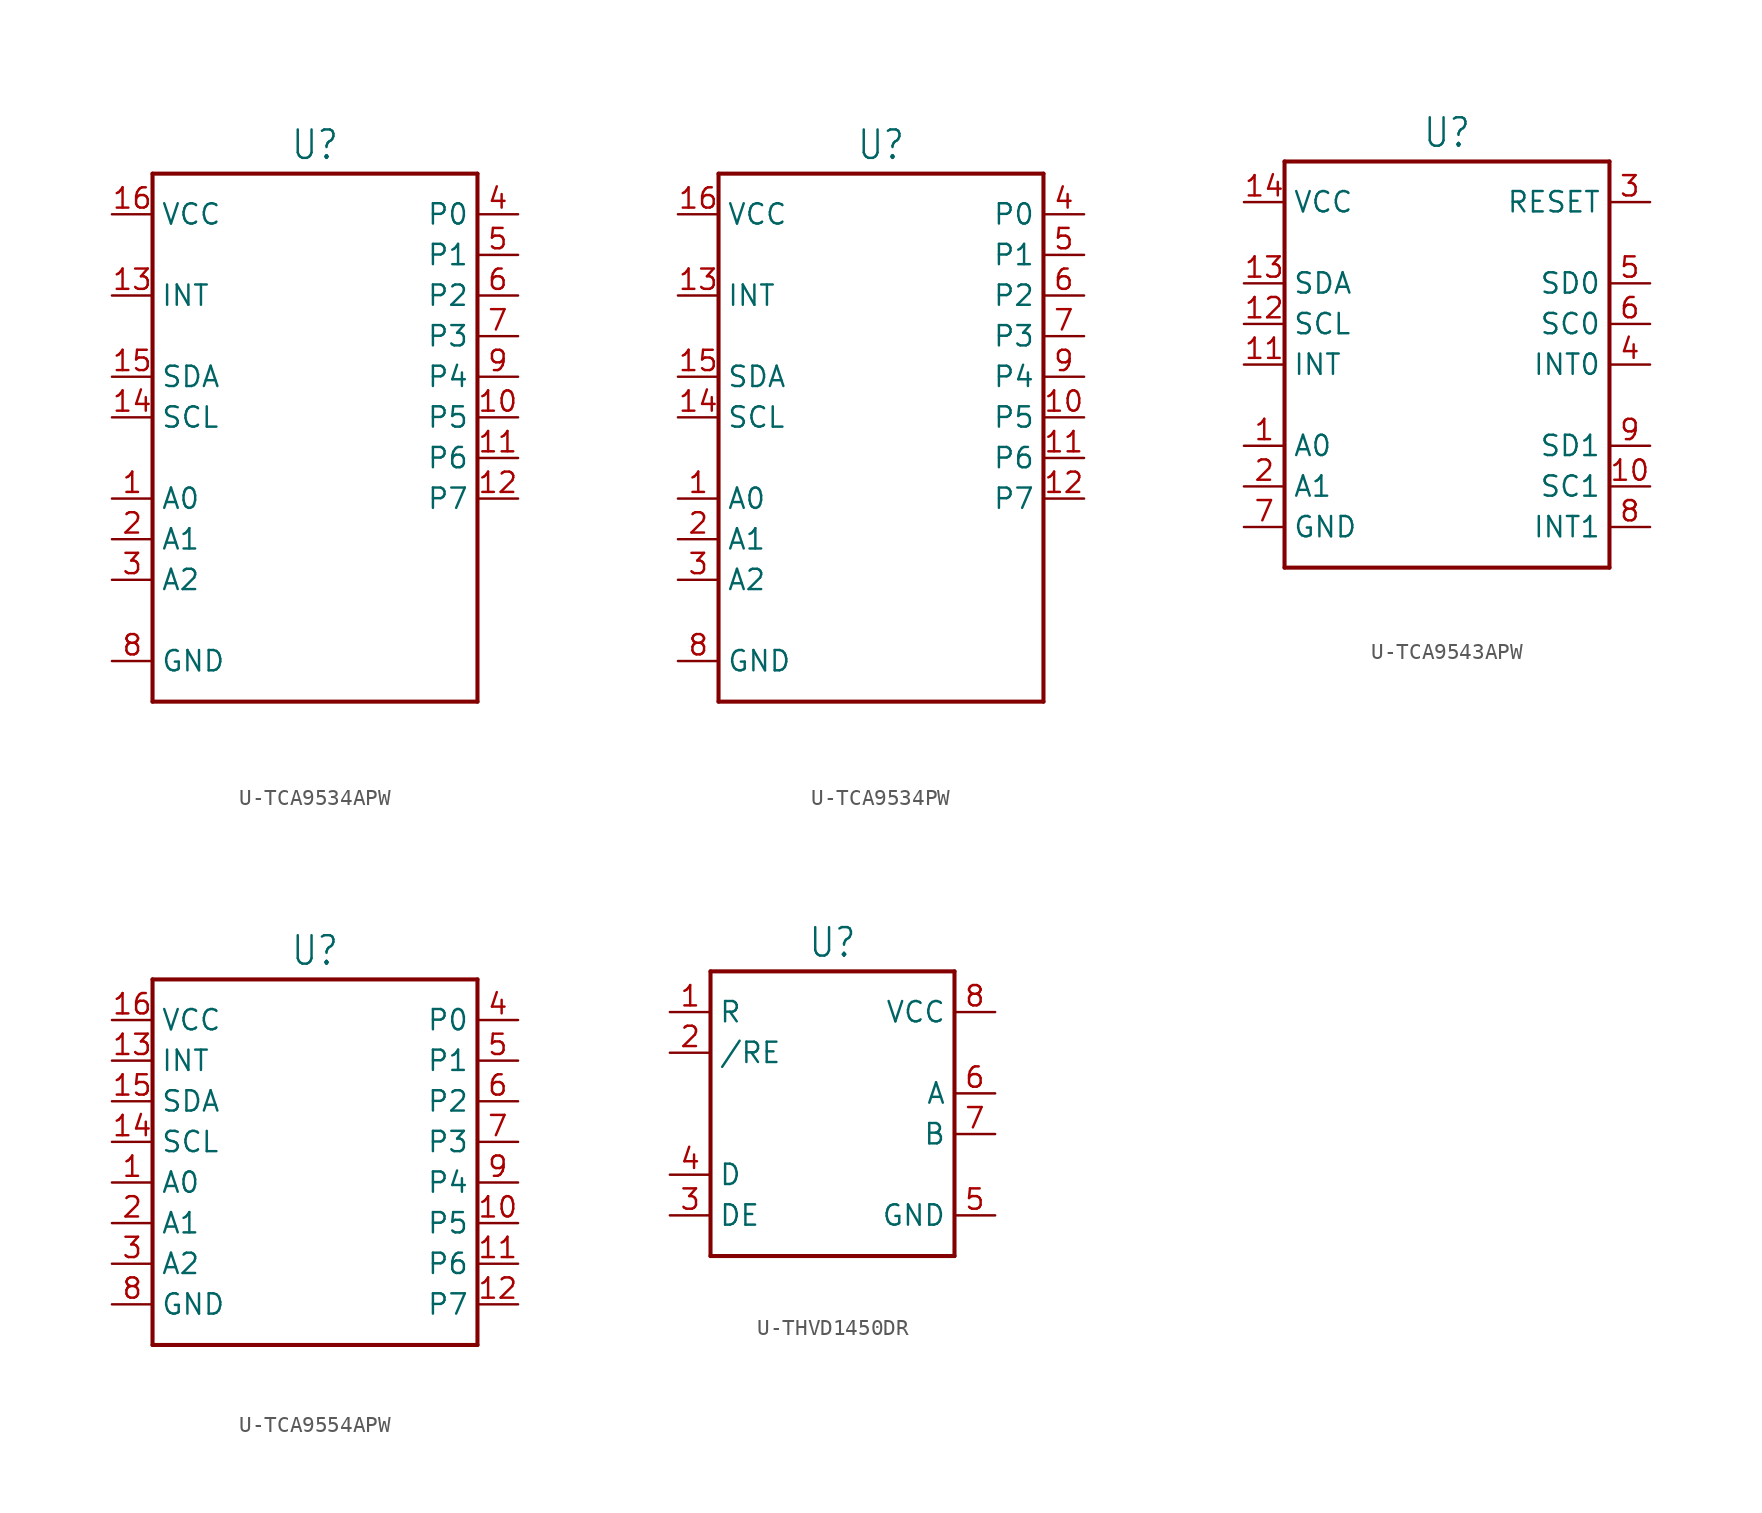
<source format=kicad_sym>
(kicad_symbol_lib
  (version 20231120)
  (generator "kicad_symbol_editor")
  (generator_version "8.0")
  (symbol "U-TCA9534APW"
    (property "Reference" "U"
      (at 0 16.002 0)
      (effects (font (size 1.778 1.511)) (justify bottom)))
    (property "Value" ""
      (at 0 -18.542 0)
      (effects (font (size 1.778 1.511)) (justify top)))
    (property "ki_locked" ""
      (at 0 0 0)
      (effects (font (size 1.27 1.27))))
    (symbol "U-TCA9534APW_1_0"
      (polyline (pts (xy -10.16 -17.78) (xy -10.16 15.24)) (stroke (width 0.254) (type solid)) (fill (type none)))
      (polyline (pts (xy -10.16 15.24) (xy 10.16 15.24)) (stroke (width 0.254) (type solid)) (fill (type none)))
      (polyline (pts (xy 10.16 -17.78) (xy -10.16 -17.78)) (stroke (width 0.254) (type solid)) (fill (type none)))
      (polyline (pts (xy 10.16 15.24) (xy 10.16 -17.78)) (stroke (width 0.254) (type solid)) (fill (type none)))
      (pin passive line (at -12.7 -5.08 0) (length 2.54) (name "A0" (effects (font (size 1.27 1.27)))) (number "1" (effects (font (size 1.27 1.27)))))
      (pin passive line (at 12.7 0 180) (length 2.54) (name "P5" (effects (font (size 1.27 1.27)))) (number "10" (effects (font (size 1.27 1.27)))))
      (pin passive line (at 12.7 -2.54 180) (length 2.54) (name "P6" (effects (font (size 1.27 1.27)))) (number "11" (effects (font (size 1.27 1.27)))))
      (pin passive line (at 12.7 -5.08 180) (length 2.54) (name "P7" (effects (font (size 1.27 1.27)))) (number "12" (effects (font (size 1.27 1.27)))))
      (pin passive line (at -12.7 7.62 0) (length 2.54) (name "INT" (effects (font (size 1.27 1.27)))) (number "13" (effects (font (size 1.27 1.27)))))
      (pin passive line (at -12.7 0 0) (length 2.54) (name "SCL" (effects (font (size 1.27 1.27)))) (number "14" (effects (font (size 1.27 1.27)))))
      (pin passive line (at -12.7 2.54 0) (length 2.54) (name "SDA" (effects (font (size 1.27 1.27)))) (number "15" (effects (font (size 1.27 1.27)))))
      (pin passive line (at -12.7 12.7 0) (length 2.54) (name "VCC" (effects (font (size 1.27 1.27)))) (number "16" (effects (font (size 1.27 1.27)))))
      (pin passive line (at -12.7 -7.62 0) (length 2.54) (name "A1" (effects (font (size 1.27 1.27)))) (number "2" (effects (font (size 1.27 1.27)))))
      (pin passive line (at -12.7 -10.16 0) (length 2.54) (name "A2" (effects (font (size 1.27 1.27)))) (number "3" (effects (font (size 1.27 1.27)))))
      (pin passive line (at 12.7 12.7 180) (length 2.54) (name "P0" (effects (font (size 1.27 1.27)))) (number "4" (effects (font (size 1.27 1.27)))))
      (pin passive line (at 12.7 10.16 180) (length 2.54) (name "P1" (effects (font (size 1.27 1.27)))) (number "5" (effects (font (size 1.27 1.27)))))
      (pin passive line (at 12.7 7.62 180) (length 2.54) (name "P2" (effects (font (size 1.27 1.27)))) (number "6" (effects (font (size 1.27 1.27)))))
      (pin passive line (at 12.7 5.08 180) (length 2.54) (name "P3" (effects (font (size 1.27 1.27)))) (number "7" (effects (font (size 1.27 1.27)))))
      (pin passive line (at -12.7 -15.24 0) (length 2.54) (name "GND" (effects (font (size 1.27 1.27)))) (number "8" (effects (font (size 1.27 1.27)))))
      (pin passive line (at 12.7 2.54 180) (length 2.54) (name "P4" (effects (font (size 1.27 1.27)))) (number "9" (effects (font (size 1.27 1.27)))))))
  (symbol "U-TCA9534PW"
    (property "Reference" "U"
      (at 0 16.002 0)
      (effects (font (size 1.778 1.511)) (justify bottom)))
    (property "Value" ""
      (at 0 -18.542 0)
      (effects (font (size 1.778 1.511)) (justify top)))
    (property "ki_locked" ""
      (at 0 0 0)
      (effects (font (size 1.27 1.27))))
    (symbol "U-TCA9534PW_1_0"
      (polyline (pts (xy -10.16 -17.78) (xy -10.16 15.24)) (stroke (width 0.254) (type solid)) (fill (type none)))
      (polyline (pts (xy -10.16 15.24) (xy 10.16 15.24)) (stroke (width 0.254) (type solid)) (fill (type none)))
      (polyline (pts (xy 10.16 -17.78) (xy -10.16 -17.78)) (stroke (width 0.254) (type solid)) (fill (type none)))
      (polyline (pts (xy 10.16 15.24) (xy 10.16 -17.78)) (stroke (width 0.254) (type solid)) (fill (type none)))
      (pin passive line (at -12.7 -5.08 0) (length 2.54) (name "A0" (effects (font (size 1.27 1.27)))) (number "1" (effects (font (size 1.27 1.27)))))
      (pin passive line (at 12.7 0 180) (length 2.54) (name "P5" (effects (font (size 1.27 1.27)))) (number "10" (effects (font (size 1.27 1.27)))))
      (pin passive line (at 12.7 -2.54 180) (length 2.54) (name "P6" (effects (font (size 1.27 1.27)))) (number "11" (effects (font (size 1.27 1.27)))))
      (pin passive line (at 12.7 -5.08 180) (length 2.54) (name "P7" (effects (font (size 1.27 1.27)))) (number "12" (effects (font (size 1.27 1.27)))))
      (pin passive line (at -12.7 7.62 0) (length 2.54) (name "INT" (effects (font (size 1.27 1.27)))) (number "13" (effects (font (size 1.27 1.27)))))
      (pin passive line (at -12.7 0 0) (length 2.54) (name "SCL" (effects (font (size 1.27 1.27)))) (number "14" (effects (font (size 1.27 1.27)))))
      (pin passive line (at -12.7 2.54 0) (length 2.54) (name "SDA" (effects (font (size 1.27 1.27)))) (number "15" (effects (font (size 1.27 1.27)))))
      (pin passive line (at -12.7 12.7 0) (length 2.54) (name "VCC" (effects (font (size 1.27 1.27)))) (number "16" (effects (font (size 1.27 1.27)))))
      (pin passive line (at -12.7 -7.62 0) (length 2.54) (name "A1" (effects (font (size 1.27 1.27)))) (number "2" (effects (font (size 1.27 1.27)))))
      (pin passive line (at -12.7 -10.16 0) (length 2.54) (name "A2" (effects (font (size 1.27 1.27)))) (number "3" (effects (font (size 1.27 1.27)))))
      (pin passive line (at 12.7 12.7 180) (length 2.54) (name "P0" (effects (font (size 1.27 1.27)))) (number "4" (effects (font (size 1.27 1.27)))))
      (pin passive line (at 12.7 10.16 180) (length 2.54) (name "P1" (effects (font (size 1.27 1.27)))) (number "5" (effects (font (size 1.27 1.27)))))
      (pin passive line (at 12.7 7.62 180) (length 2.54) (name "P2" (effects (font (size 1.27 1.27)))) (number "6" (effects (font (size 1.27 1.27)))))
      (pin passive line (at 12.7 5.08 180) (length 2.54) (name "P3" (effects (font (size 1.27 1.27)))) (number "7" (effects (font (size 1.27 1.27)))))
      (pin passive line (at -12.7 -15.24 0) (length 2.54) (name "GND" (effects (font (size 1.27 1.27)))) (number "8" (effects (font (size 1.27 1.27)))))
      (pin passive line (at 12.7 2.54 180) (length 2.54) (name "P4" (effects (font (size 1.27 1.27)))) (number "9" (effects (font (size 1.27 1.27)))))))
  (symbol "U-TCA9543APW"
    (property "Reference" "U"
      (at 0 13.462 0)
      (effects (font (size 1.778 1.511)) (justify bottom)))
    (property "Value" ""
      (at 0 -13.462 0)
      (effects (font (size 1.778 1.511)) (justify top)))
    (property "ki_locked" ""
      (at 0 0 0)
      (effects (font (size 1.27 1.27))))
    (symbol "U-TCA9543APW_1_0"
      (polyline (pts (xy -10.16 -12.7) (xy -10.16 12.7)) (stroke (width 0.254) (type solid)) (fill (type none)))
      (polyline (pts (xy -10.16 12.7) (xy 10.16 12.7)) (stroke (width 0.254) (type solid)) (fill (type none)))
      (polyline (pts (xy 10.16 -12.7) (xy -10.16 -12.7)) (stroke (width 0.254) (type solid)) (fill (type none)))
      (polyline (pts (xy 10.16 12.7) (xy 10.16 -12.7)) (stroke (width 0.254) (type solid)) (fill (type none)))
      (pin passive line (at -12.7 -5.08 0) (length 2.54) (name "A0" (effects (font (size 1.27 1.27)))) (number "1" (effects (font (size 1.27 1.27)))))
      (pin passive line (at 12.7 -7.62 180) (length 2.54) (name "SC1" (effects (font (size 1.27 1.27)))) (number "10" (effects (font (size 1.27 1.27)))))
      (pin passive line (at -12.7 0 0) (length 2.54) (name "INT" (effects (font (size 1.27 1.27)))) (number "11" (effects (font (size 1.27 1.27)))))
      (pin passive line (at -12.7 2.54 0) (length 2.54) (name "SCL" (effects (font (size 1.27 1.27)))) (number "12" (effects (font (size 1.27 1.27)))))
      (pin passive line (at -12.7 5.08 0) (length 2.54) (name "SDA" (effects (font (size 1.27 1.27)))) (number "13" (effects (font (size 1.27 1.27)))))
      (pin passive line (at -12.7 10.16 0) (length 2.54) (name "VCC" (effects (font (size 1.27 1.27)))) (number "14" (effects (font (size 1.27 1.27)))))
      (pin passive line (at -12.7 -7.62 0) (length 2.54) (name "A1" (effects (font (size 1.27 1.27)))) (number "2" (effects (font (size 1.27 1.27)))))
      (pin passive line (at 12.7 10.16 180) (length 2.54) (name "RESET" (effects (font (size 1.27 1.27)))) (number "3" (effects (font (size 1.27 1.27)))))
      (pin passive line (at 12.7 0 180) (length 2.54) (name "INT0" (effects (font (size 1.27 1.27)))) (number "4" (effects (font (size 1.27 1.27)))))
      (pin passive line (at 12.7 5.08 180) (length 2.54) (name "SD0" (effects (font (size 1.27 1.27)))) (number "5" (effects (font (size 1.27 1.27)))))
      (pin passive line (at 12.7 2.54 180) (length 2.54) (name "SC0" (effects (font (size 1.27 1.27)))) (number "6" (effects (font (size 1.27 1.27)))))
      (pin passive line (at -12.7 -10.16 0) (length 2.54) (name "GND" (effects (font (size 1.27 1.27)))) (number "7" (effects (font (size 1.27 1.27)))))
      (pin passive line (at 12.7 -10.16 180) (length 2.54) (name "INT1" (effects (font (size 1.27 1.27)))) (number "8" (effects (font (size 1.27 1.27)))))
      (pin passive line (at 12.7 -5.08 180) (length 2.54) (name "SD1" (effects (font (size 1.27 1.27)))) (number "9" (effects (font (size 1.27 1.27)))))))
  (symbol "U-TCA9554APW"
    (property "Reference" "U"
      (at 0 10.922 0)
      (effects (font (size 1.778 1.511)) (justify bottom)))
    (property "Value" ""
      (at 0 -13.462 0)
      (effects (font (size 1.778 1.511)) (justify top)))
    (property "ki_locked" ""
      (at 0 0 0)
      (effects (font (size 1.27 1.27))))
    (symbol "U-TCA9554APW_1_0"
      (polyline (pts (xy -10.16 -12.7) (xy -10.16 10.16)) (stroke (width 0.254) (type solid)) (fill (type none)))
      (polyline (pts (xy -10.16 10.16) (xy 10.16 10.16)) (stroke (width 0.254) (type solid)) (fill (type none)))
      (polyline (pts (xy 10.16 -12.7) (xy -10.16 -12.7)) (stroke (width 0.254) (type solid)) (fill (type none)))
      (polyline (pts (xy 10.16 10.16) (xy 10.16 -12.7)) (stroke (width 0.254) (type solid)) (fill (type none)))
      (pin passive line (at -12.7 -2.54 0) (length 2.54) (name "A0" (effects (font (size 1.27 1.27)))) (number "1" (effects (font (size 1.27 1.27)))))
      (pin passive line (at 12.7 -5.08 180) (length 2.54) (name "P5" (effects (font (size 1.27 1.27)))) (number "10" (effects (font (size 1.27 1.27)))))
      (pin passive line (at 12.7 -7.62 180) (length 2.54) (name "P6" (effects (font (size 1.27 1.27)))) (number "11" (effects (font (size 1.27 1.27)))))
      (pin passive line (at 12.7 -10.16 180) (length 2.54) (name "P7" (effects (font (size 1.27 1.27)))) (number "12" (effects (font (size 1.27 1.27)))))
      (pin passive line (at -12.7 5.08 0) (length 2.54) (name "INT" (effects (font (size 1.27 1.27)))) (number "13" (effects (font (size 1.27 1.27)))))
      (pin passive line (at -12.7 0 0) (length 2.54) (name "SCL" (effects (font (size 1.27 1.27)))) (number "14" (effects (font (size 1.27 1.27)))))
      (pin passive line (at -12.7 2.54 0) (length 2.54) (name "SDA" (effects (font (size 1.27 1.27)))) (number "15" (effects (font (size 1.27 1.27)))))
      (pin passive line (at -12.7 7.62 0) (length 2.54) (name "VCC" (effects (font (size 1.27 1.27)))) (number "16" (effects (font (size 1.27 1.27)))))
      (pin passive line (at -12.7 -5.08 0) (length 2.54) (name "A1" (effects (font (size 1.27 1.27)))) (number "2" (effects (font (size 1.27 1.27)))))
      (pin passive line (at -12.7 -7.62 0) (length 2.54) (name "A2" (effects (font (size 1.27 1.27)))) (number "3" (effects (font (size 1.27 1.27)))))
      (pin passive line (at 12.7 7.62 180) (length 2.54) (name "P0" (effects (font (size 1.27 1.27)))) (number "4" (effects (font (size 1.27 1.27)))))
      (pin passive line (at 12.7 5.08 180) (length 2.54) (name "P1" (effects (font (size 1.27 1.27)))) (number "5" (effects (font (size 1.27 1.27)))))
      (pin passive line (at 12.7 2.54 180) (length 2.54) (name "P2" (effects (font (size 1.27 1.27)))) (number "6" (effects (font (size 1.27 1.27)))))
      (pin passive line (at 12.7 0 180) (length 2.54) (name "P3" (effects (font (size 1.27 1.27)))) (number "7" (effects (font (size 1.27 1.27)))))
      (pin passive line (at -12.7 -10.16 0) (length 2.54) (name "GND" (effects (font (size 1.27 1.27)))) (number "8" (effects (font (size 1.27 1.27)))))
      (pin passive line (at 12.7 -2.54 180) (length 2.54) (name "P4" (effects (font (size 1.27 1.27)))) (number "9" (effects (font (size 1.27 1.27)))))))
  (symbol "U-THVD1450DR"
    (property "Reference" "U"
      (at 0 8.382 0)
      (effects (font (size 1.778 1.511)) (justify bottom)))
    (property "Value" ""
      (at 0 -10.922 0)
      (effects (font (size 1.778 1.511)) (justify top)))
    (property "ki_locked" ""
      (at 0 0 0)
      (effects (font (size 1.27 1.27))))
    (symbol "U-THVD1450DR_1_0"
      (polyline (pts (xy -7.62 -10.16) (xy -7.62 7.62)) (stroke (width 0.254) (type solid)) (fill (type none)))
      (polyline (pts (xy -7.62 7.62) (xy 7.62 7.62)) (stroke (width 0.254) (type solid)) (fill (type none)))
      (polyline (pts (xy 7.62 -10.16) (xy -7.62 -10.16)) (stroke (width 0.254) (type solid)) (fill (type none)))
      (polyline (pts (xy 7.62 7.62) (xy 7.62 -10.16)) (stroke (width 0.254) (type solid)) (fill (type none)))
      (pin passive line (at -10.16 5.08 0) (length 2.54) (name "R" (effects (font (size 1.27 1.27)))) (number "1" (effects (font (size 1.27 1.27)))))
      (pin passive line (at -10.16 2.54 0) (length 2.54) (name "/RE" (effects (font (size 1.27 1.27)))) (number "2" (effects (font (size 1.27 1.27)))))
      (pin passive line (at -10.16 -7.62 0) (length 2.54) (name "DE" (effects (font (size 1.27 1.27)))) (number "3" (effects (font (size 1.27 1.27)))))
      (pin passive line (at -10.16 -5.08 0) (length 2.54) (name "D" (effects (font (size 1.27 1.27)))) (number "4" (effects (font (size 1.27 1.27)))))
      (pin passive line (at 10.16 -7.62 180) (length 2.54) (name "GND" (effects (font (size 1.27 1.27)))) (number "5" (effects (font (size 1.27 1.27)))))
      (pin passive line (at 10.16 0 180) (length 2.54) (name "A" (effects (font (size 1.27 1.27)))) (number "6" (effects (font (size 1.27 1.27)))))
      (pin passive line (at 10.16 -2.54 180) (length 2.54) (name "B" (effects (font (size 1.27 1.27)))) (number "7" (effects (font (size 1.27 1.27)))))
      (pin passive line (at 10.16 5.08 180) (length 2.54) (name "VCC" (effects (font (size 1.27 1.27)))) (number "8" (effects (font (size 1.27 1.27))))))))
</source>
